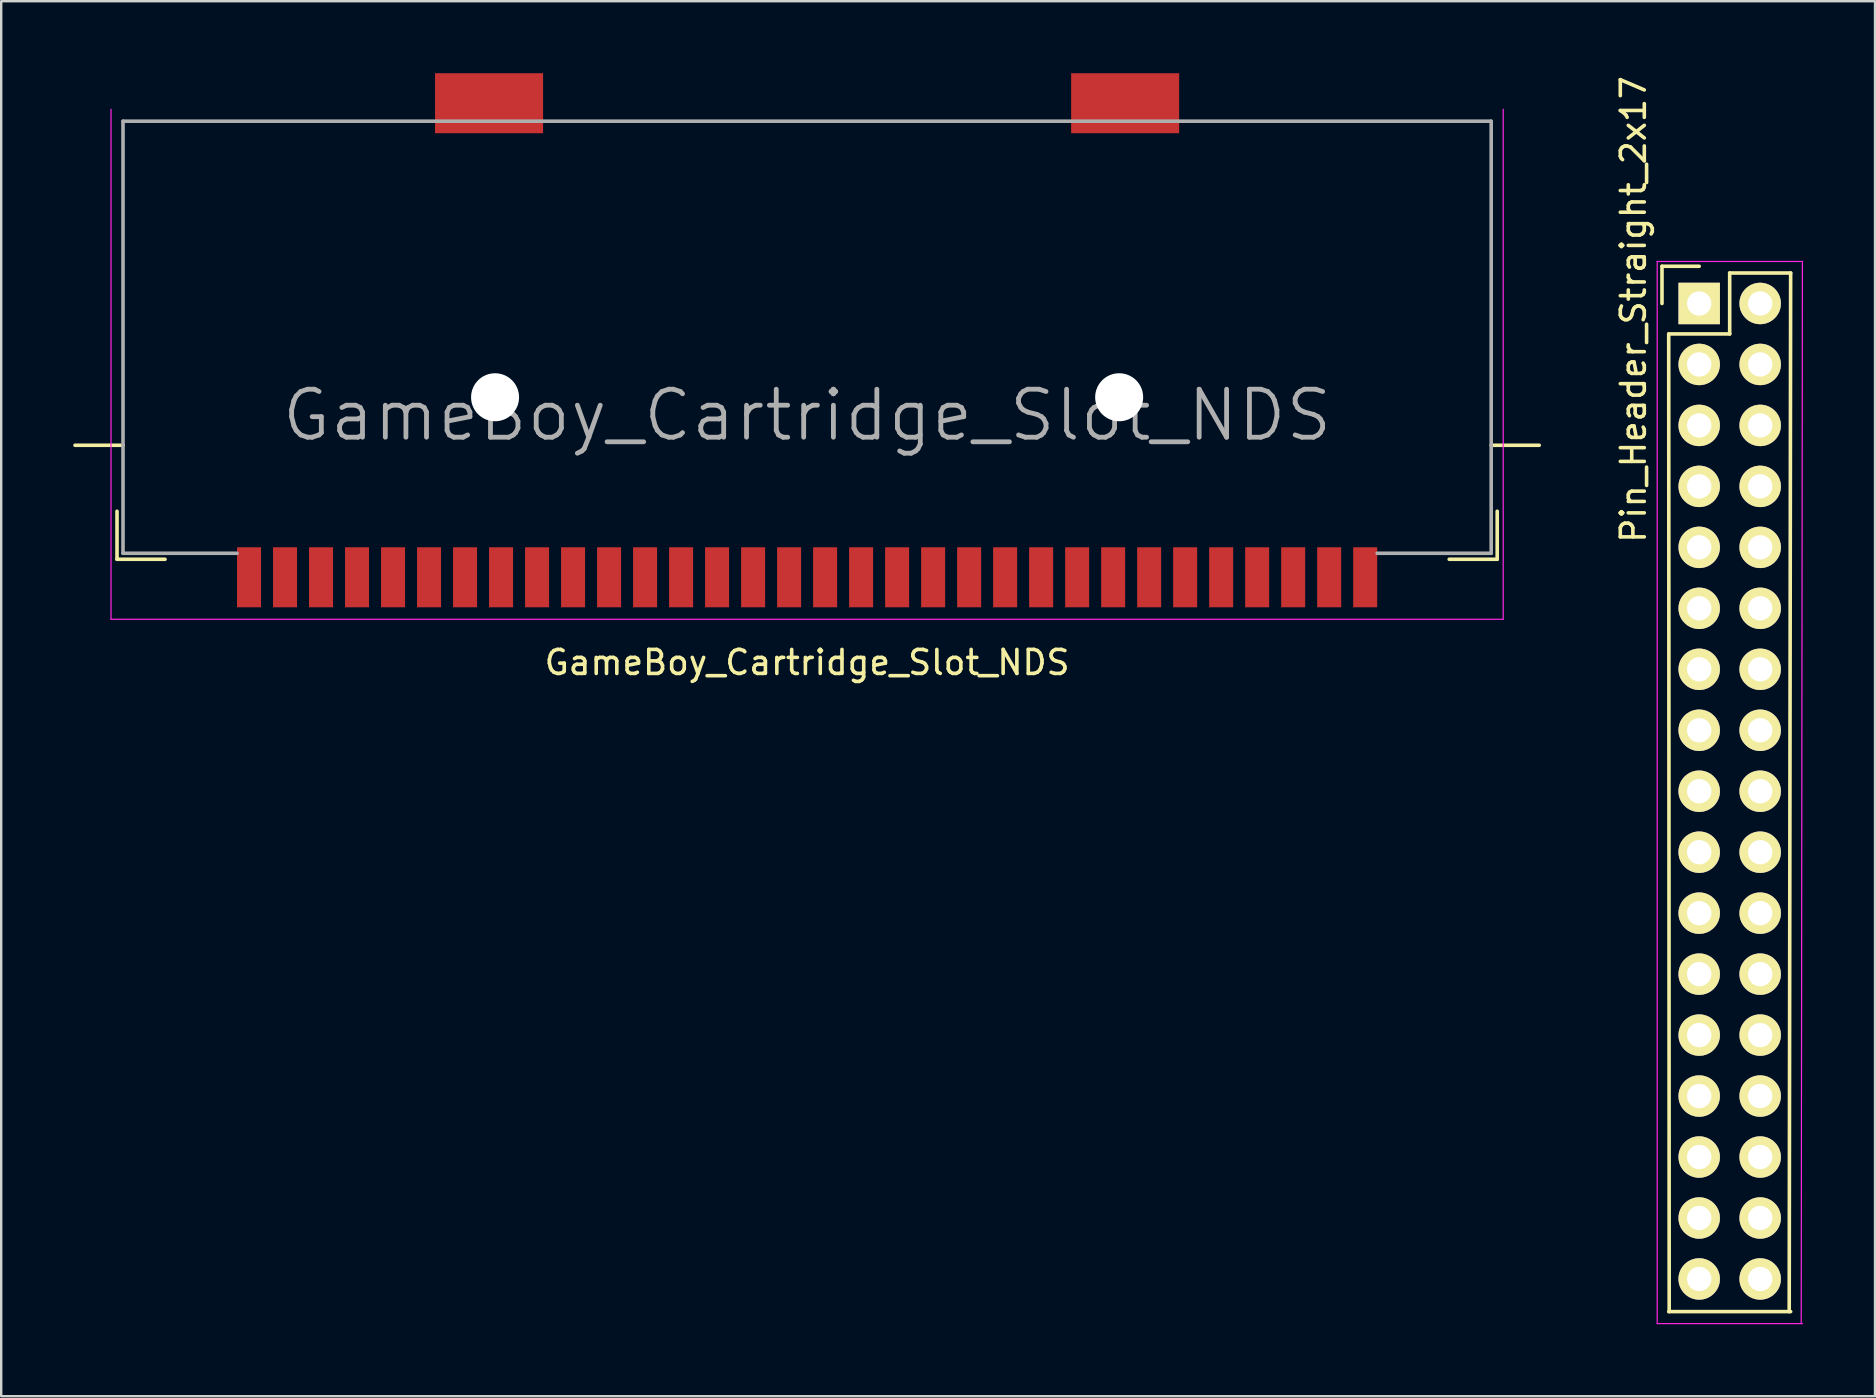
<source format=kicad_pcb>
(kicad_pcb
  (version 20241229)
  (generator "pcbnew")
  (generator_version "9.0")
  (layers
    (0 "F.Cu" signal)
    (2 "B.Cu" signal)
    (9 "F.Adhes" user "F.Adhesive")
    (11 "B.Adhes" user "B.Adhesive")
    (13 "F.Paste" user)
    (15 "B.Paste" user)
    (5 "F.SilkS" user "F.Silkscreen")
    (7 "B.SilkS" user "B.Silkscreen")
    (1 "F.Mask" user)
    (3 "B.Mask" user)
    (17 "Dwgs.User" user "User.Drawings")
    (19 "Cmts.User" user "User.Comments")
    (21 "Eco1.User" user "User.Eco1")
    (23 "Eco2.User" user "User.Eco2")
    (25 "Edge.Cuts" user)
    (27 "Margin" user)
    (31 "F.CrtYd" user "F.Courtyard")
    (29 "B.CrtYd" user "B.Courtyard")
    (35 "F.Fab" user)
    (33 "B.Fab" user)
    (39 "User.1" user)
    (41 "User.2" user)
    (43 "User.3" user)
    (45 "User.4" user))
  (footprint "Pin_Header_Straight_2x17"
    (layer "F.Cu")
    (at 67.74 9.593)
    (property "Reference" "Pin_Header_Straight_2x17" (at -2.742 0.246 90) (layer "F.SilkS") (effects (font (size 1 1) (thickness 0.15))))
    (attr through_hole)
    (fp_line (start -1.55 -1.55) (end -1.55 0) (stroke (width 0.15) (type solid)) (layer "F.SilkS"))
    (fp_line (start -1.25 42) (end -1.27 1.27) (stroke (width 0.15) (type solid)) (layer "F.SilkS"))
    (fp_line (start 0 -1.55) (end -1.55 -1.55) (stroke (width 0.15) (type solid)) (layer "F.SilkS"))
    (fp_line (start 1.27 -1.27) (end 1.27 1.27) (stroke (width 0.15) (type solid)) (layer "F.SilkS"))
    (fp_line (start 1.27 1.27) (end -1.27 1.27) (stroke (width 0.15) (type solid)) (layer "F.SilkS"))
    (fp_line (start 3.81 -1.27) (end 1.27 -1.27) (stroke (width 0.15) (type solid)) (layer "F.SilkS"))
    (fp_line (start 3.81 -1.27) (end 3.75 42) (stroke (width 0.15) (type solid)) (layer "F.SilkS"))
    (fp_line (start 3.81 42) (end -1.27 42) (stroke (width 0.15) (type solid)) (layer "F.SilkS"))
    (fp_line (start -1.75 -1.75) (end -1.75 42.5) (stroke (width 0.05) (type solid)) (layer "F.CrtYd"))
    (fp_line (start -1.75 -1.75) (end 4.3 -1.75) (stroke (width 0.05) (type solid)) (layer "F.CrtYd"))
    (fp_line (start -1.75 42.5) (end 4.3 42.5) (stroke (width 0.05) (type solid)) (layer "F.CrtYd"))
    (fp_line (start 4.3 -1.75) (end 4.25 42.5) (stroke (width 0.05) (type solid)) (layer "F.CrtYd"))
    (pad "1" thru_hole rect (at 0 0) (size 1.727 1.727) (drill 1.016) (layers "*.Cu" "*.Mask" "F.SilkS"))
    (pad "2" thru_hole oval (at 2.54 0) (size 1.727 1.727) (drill 1.016) (layers "*.Cu" "*.Mask" "F.SilkS"))
    (pad "3" thru_hole oval (at 0 2.54) (size 1.727 1.727) (drill 1.016) (layers "*.Cu" "*.Mask" "F.SilkS"))
    (pad "4" thru_hole oval (at 2.54 2.54) (size 1.727 1.727) (drill 1.016) (layers "*.Cu" "*.Mask" "F.SilkS"))
    (pad "5" thru_hole oval (at 0 5.08) (size 1.727 1.727) (drill 1.016) (layers "*.Cu" "*.Mask" "F.SilkS"))
    (pad "6" thru_hole oval (at 2.54 5.08) (size 1.727 1.727) (drill 1.016) (layers "*.Cu" "*.Mask" "F.SilkS"))
    (pad "7" thru_hole oval (at 0 7.62) (size 1.727 1.727) (drill 1.016) (layers "*.Cu" "*.Mask" "F.SilkS"))
    (pad "8" thru_hole oval (at 2.54 7.62) (size 1.727 1.727) (drill 1.016) (layers "*.Cu" "*.Mask" "F.SilkS"))
    (pad "9" thru_hole oval (at 0 10.16) (size 1.727 1.727) (drill 1.016) (layers "*.Cu" "*.Mask" "F.SilkS"))
    (pad "10" thru_hole oval (at 2.54 10.16) (size 1.727 1.727) (drill 1.016) (layers "*.Cu" "*.Mask" "F.SilkS"))
    (pad "11" thru_hole oval (at 0 12.7) (size 1.727 1.727) (drill 1.016) (layers "*.Cu" "*.Mask" "F.SilkS"))
    (pad "12" thru_hole oval (at 2.54 12.7) (size 1.727 1.727) (drill 1.016) (layers "*.Cu" "*.Mask" "F.SilkS"))
    (pad "13" thru_hole oval (at 0 15.24) (size 1.727 1.727) (drill 1.016) (layers "*.Cu" "*.Mask" "F.SilkS"))
    (pad "14" thru_hole oval (at 2.54 15.24) (size 1.727 1.727) (drill 1.016) (layers "*.Cu" "*.Mask" "F.SilkS"))
    (pad "15" thru_hole oval (at 0 17.78) (size 1.727 1.727) (drill 1.016) (layers "*.Cu" "*.Mask" "F.SilkS"))
    (pad "16" thru_hole oval (at 2.54 17.78) (size 1.727 1.727) (drill 1.016) (layers "*.Cu" "*.Mask" "F.SilkS"))
    (pad "17" thru_hole oval (at 0 20.32) (size 1.727 1.727) (drill 1.016) (layers "*.Cu" "*.Mask" "F.SilkS"))
    (pad "18" thru_hole oval (at 2.54 20.32) (size 1.727 1.727) (drill 1.016) (layers "*.Cu" "*.Mask" "F.SilkS"))
    (pad "19" thru_hole oval (at 0 22.86) (size 1.727 1.727) (drill 1.016) (layers "*.Cu" "*.Mask" "F.SilkS"))
    (pad "20" thru_hole oval (at 2.54 22.86) (size 1.727 1.727) (drill 1.016) (layers "*.Cu" "*.Mask" "F.SilkS"))
    (pad "21" thru_hole oval (at 0 25.4) (size 1.727 1.727) (drill 1.016) (layers "*.Cu" "*.Mask" "F.SilkS"))
    (pad "22" thru_hole oval (at 2.54 25.4) (size 1.727 1.727) (drill 1.016) (layers "*.Cu" "*.Mask" "F.SilkS"))
    (pad "23" thru_hole oval (at 0 27.94) (size 1.727 1.727) (drill 1.016) (layers "*.Cu" "*.Mask" "F.SilkS"))
    (pad "24" thru_hole oval (at 2.54 27.94) (size 1.727 1.727) (drill 1.016) (layers "*.Cu" "*.Mask" "F.SilkS"))
    (pad "25" thru_hole oval (at 0 30.48) (size 1.727 1.727) (drill 1.016) (layers "*.Cu" "*.Mask" "F.SilkS"))
    (pad "26" thru_hole oval (at 2.54 30.48) (size 1.727 1.727) (drill 1.016) (layers "*.Cu" "*.Mask" "F.SilkS"))
    (pad "27" thru_hole oval (at 0 33.02) (size 1.727 1.727) (drill 1.016) (layers "*.Cu" "*.Mask" "F.SilkS"))
    (pad "28" thru_hole oval (at 2.54 33.02) (size 1.727 1.727) (drill 1.016) (layers "*.Cu" "*.Mask" "F.SilkS"))
    (pad "29" thru_hole oval (at 0 35.56) (size 1.727 1.727) (drill 1.016) (layers "*.Cu" "*.Mask" "F.SilkS"))
    (pad "30" thru_hole oval (at 2.54 35.56) (size 1.727 1.727) (drill 1.016) (layers "*.Cu" "*.Mask" "F.SilkS"))
    (pad "31" thru_hole oval (at 0 38.1) (size 1.727 1.727) (drill 1.016) (layers "*.Cu" "*.Mask" "F.SilkS"))
    (pad "32" thru_hole oval (at 2.54 38.1) (size 1.727 1.727) (drill 1.016) (layers "*.Cu" "*.Mask" "F.SilkS"))
    (pad "33" thru_hole oval (at 0 40.64) (size 1.727 1.727) (drill 1.016) (layers "*.Cu" "*.Mask" "F.SilkS"))
    (pad "34" thru_hole oval (at 2.54 40.64) (size 1.727 1.727) (drill 1.016) (layers "*.Cu" "*.Mask" "F.SilkS")))
  (footprint "GameBoy_Cartridge_Slot_NDS"
    (layer "F.Cu")
    (at 58.825 22.25)
    (property "Reference" "GameBoy_Cartridge_Slot_NDS" (at -28.25 2.3 180) (layer "F.SilkS") (effects (font (size 1 1) (thickness 0.15))))
    (attr smd)
    (fp_line (start -57 -2) (end -57 -4) (stroke (width 0.15) (type solid)) (layer "F.SilkS"))
    (fp_line (start -56.75 -6.75) (end -58.75 -6.75) (stroke (width 0.15) (type solid)) (layer "F.SilkS"))
    (fp_line (start -55 -2) (end -57 -2) (stroke (width 0.15) (type solid)) (layer "F.SilkS"))
    (fp_line (start -1.5 -2) (end 0.5 -2) (stroke (width 0.15) (type solid)) (layer "F.SilkS"))
    (fp_line (start 0.5 -2) (end 0.5 -4) (stroke (width 0.15) (type solid)) (layer "F.SilkS"))
    (fp_line (start 2.25 -6.75) (end 0.25 -6.75) (stroke (width 0.15) (type solid)) (layer "F.SilkS"))
    (fp_line (start -57.25 -20.75) (end -57.25 0.5) (stroke (width 0.05) (type solid)) (layer "F.CrtYd"))
    (fp_line (start -57.25 0.5) (end 0.75 0.5) (stroke (width 0.05) (type solid)) (layer "F.CrtYd"))
    (fp_line (start 0.75 0.5) (end 0.75 -20.75) (stroke (width 0.05) (type solid)) (layer "F.CrtYd"))
    (fp_line (start -56.75 -20.25) (end 0.25 -20.25) (stroke (width 0.15) (type solid)) (layer "F.Fab"))
    (fp_line (start -56.75 -2.25) (end -56.75 -20.25) (stroke (width 0.15) (type solid)) (layer "F.Fab"))
    (fp_line (start -56.75 -2.25) (end -52 -2.25) (stroke (width 0.15) (type solid)) (layer "F.Fab"))
    (fp_line (start -4.5 -2.25) (end 0.25 -2.25) (stroke (width 0.15) (type solid)) (layer "F.Fab"))
    (fp_line (start 0.25 -2.25) (end 0.25 -20.25) (stroke (width 0.15) (type solid)) (layer "F.Fab"))
    (fp_text user "${REFERENCE}" (at -28.25 -8 0) (layer "F.Fab") (effects (font (size 2 2) (thickness 0.2))))
    (pad "" np_thru_hole circle (at -41.25 -8.75) (size 2 2) (drill 2) (layers "*.Cu" "*.Mask"))
    (pad "" np_thru_hole circle (at -15.25 -8.75) (size 2 2) (drill 2) (layers "*.Cu" "*.Mask"))
    (pad "1" smd rect (at -51.5 -1.25) (size 1 2.5) (layers "F.Cu" "F.Mask" "F.Paste"))
    (pad "2" smd rect (at -50 -1.25) (size 1 2.5) (layers "F.Cu" "F.Mask" "F.Paste"))
    (pad "3" smd rect (at -48.5 -1.25) (size 1 2.5) (layers "F.Cu" "F.Mask" "F.Paste"))
    (pad "4" smd rect (at -47 -1.25) (size 1 2.5) (layers "F.Cu" "F.Mask" "F.Paste"))
    (pad "5" smd rect (at -45.5 -1.25) (size 1 2.5) (layers "F.Cu" "F.Mask" "F.Paste"))
    (pad "6" smd rect (at -44 -1.25) (size 1 2.5) (layers "F.Cu" "F.Mask" "F.Paste"))
    (pad "7" smd rect (at -42.5 -1.25) (size 1 2.5) (layers "F.Cu" "F.Mask" "F.Paste"))
    (pad "8" smd rect (at -41 -1.25) (size 1 2.5) (layers "F.Cu" "F.Mask" "F.Paste"))
    (pad "9" smd rect (at -39.5 -1.25) (size 1 2.5) (layers "F.Cu" "F.Mask" "F.Paste"))
    (pad "10" smd rect (at -38 -1.25) (size 1 2.5) (layers "F.Cu" "F.Mask" "F.Paste"))
    (pad "11" smd rect (at -36.5 -1.25) (size 1 2.5) (layers "F.Cu" "F.Mask" "F.Paste"))
    (pad "12" smd rect (at -35 -1.25) (size 1 2.5) (layers "F.Cu" "F.Mask" "F.Paste"))
    (pad "13" smd rect (at -33.5 -1.25) (size 1 2.5) (layers "F.Cu" "F.Mask" "F.Paste"))
    (pad "14" smd rect (at -32 -1.25) (size 1 2.5) (layers "F.Cu" "F.Mask" "F.Paste"))
    (pad "15" smd rect (at -30.5 -1.25) (size 1 2.5) (layers "F.Cu" "F.Mask" "F.Paste"))
    (pad "16" smd rect (at -29 -1.25) (size 1 2.5) (layers "F.Cu" "F.Mask" "F.Paste"))
    (pad "17" smd rect (at -27.5 -1.25) (size 1 2.5) (layers "F.Cu" "F.Mask" "F.Paste"))
    (pad "18" smd rect (at -26 -1.25) (size 1 2.5) (layers "F.Cu" "F.Mask" "F.Paste"))
    (pad "19" smd rect (at -24.5 -1.25) (size 1 2.5) (layers "F.Cu" "F.Mask" "F.Paste"))
    (pad "20" smd rect (at -23 -1.25) (size 1 2.5) (layers "F.Cu" "F.Mask" "F.Paste"))
    (pad "21" smd rect (at -21.5 -1.25) (size 1 2.5) (layers "F.Cu" "F.Mask" "F.Paste"))
    (pad "22" smd rect (at -20 -1.25) (size 1 2.5) (layers "F.Cu" "F.Mask" "F.Paste"))
    (pad "23" smd rect (at -18.5 -1.25) (size 1 2.5) (layers "F.Cu" "F.Mask" "F.Paste"))
    (pad "24" smd rect (at -17 -1.25) (size 1 2.5) (layers "F.Cu" "F.Mask" "F.Paste"))
    (pad "25" smd rect (at -15.5 -1.25) (size 1 2.5) (layers "F.Cu" "F.Mask" "F.Paste"))
    (pad "26" smd rect (at -14 -1.25) (size 1 2.5) (layers "F.Cu" "F.Mask" "F.Paste"))
    (pad "27" smd rect (at -12.5 -1.25) (size 1 2.5) (layers "F.Cu" "F.Mask" "F.Paste"))
    (pad "28" smd rect (at -11 -1.25) (size 1 2.5) (layers "F.Cu" "F.Mask" "F.Paste"))
    (pad "29" smd rect (at -9.5 -1.25) (size 1 2.5) (layers "F.Cu" "F.Mask" "F.Paste"))
    (pad "30" smd rect (at -8 -1.25) (size 1 2.5) (layers "F.Cu" "F.Mask" "F.Paste"))
    (pad "31" smd rect (at -6.5 -1.25) (size 1 2.5) (layers "F.Cu" "F.Mask" "F.Paste"))
    (pad "32" smd rect (at -41.5 -21 270) (size 2.5 4.5) (layers "F.Cu" "F.Mask" "F.Paste"))
    (pad "32" smd rect (at -15 -21 270) (size 2.5 4.5) (layers "F.Cu" "F.Mask" "F.Paste"))
    (pad "32" smd rect (at -5 -1.25) (size 1 2.5) (layers "F.Cu" "F.Mask" "F.Paste")))
  (gr_rect
    (start -3 -3)
    (end 75.065 55.118)
    (stroke (width 0.1) (type default))
    (fill no)
    (layer "Edge.Cuts")))
</source>
